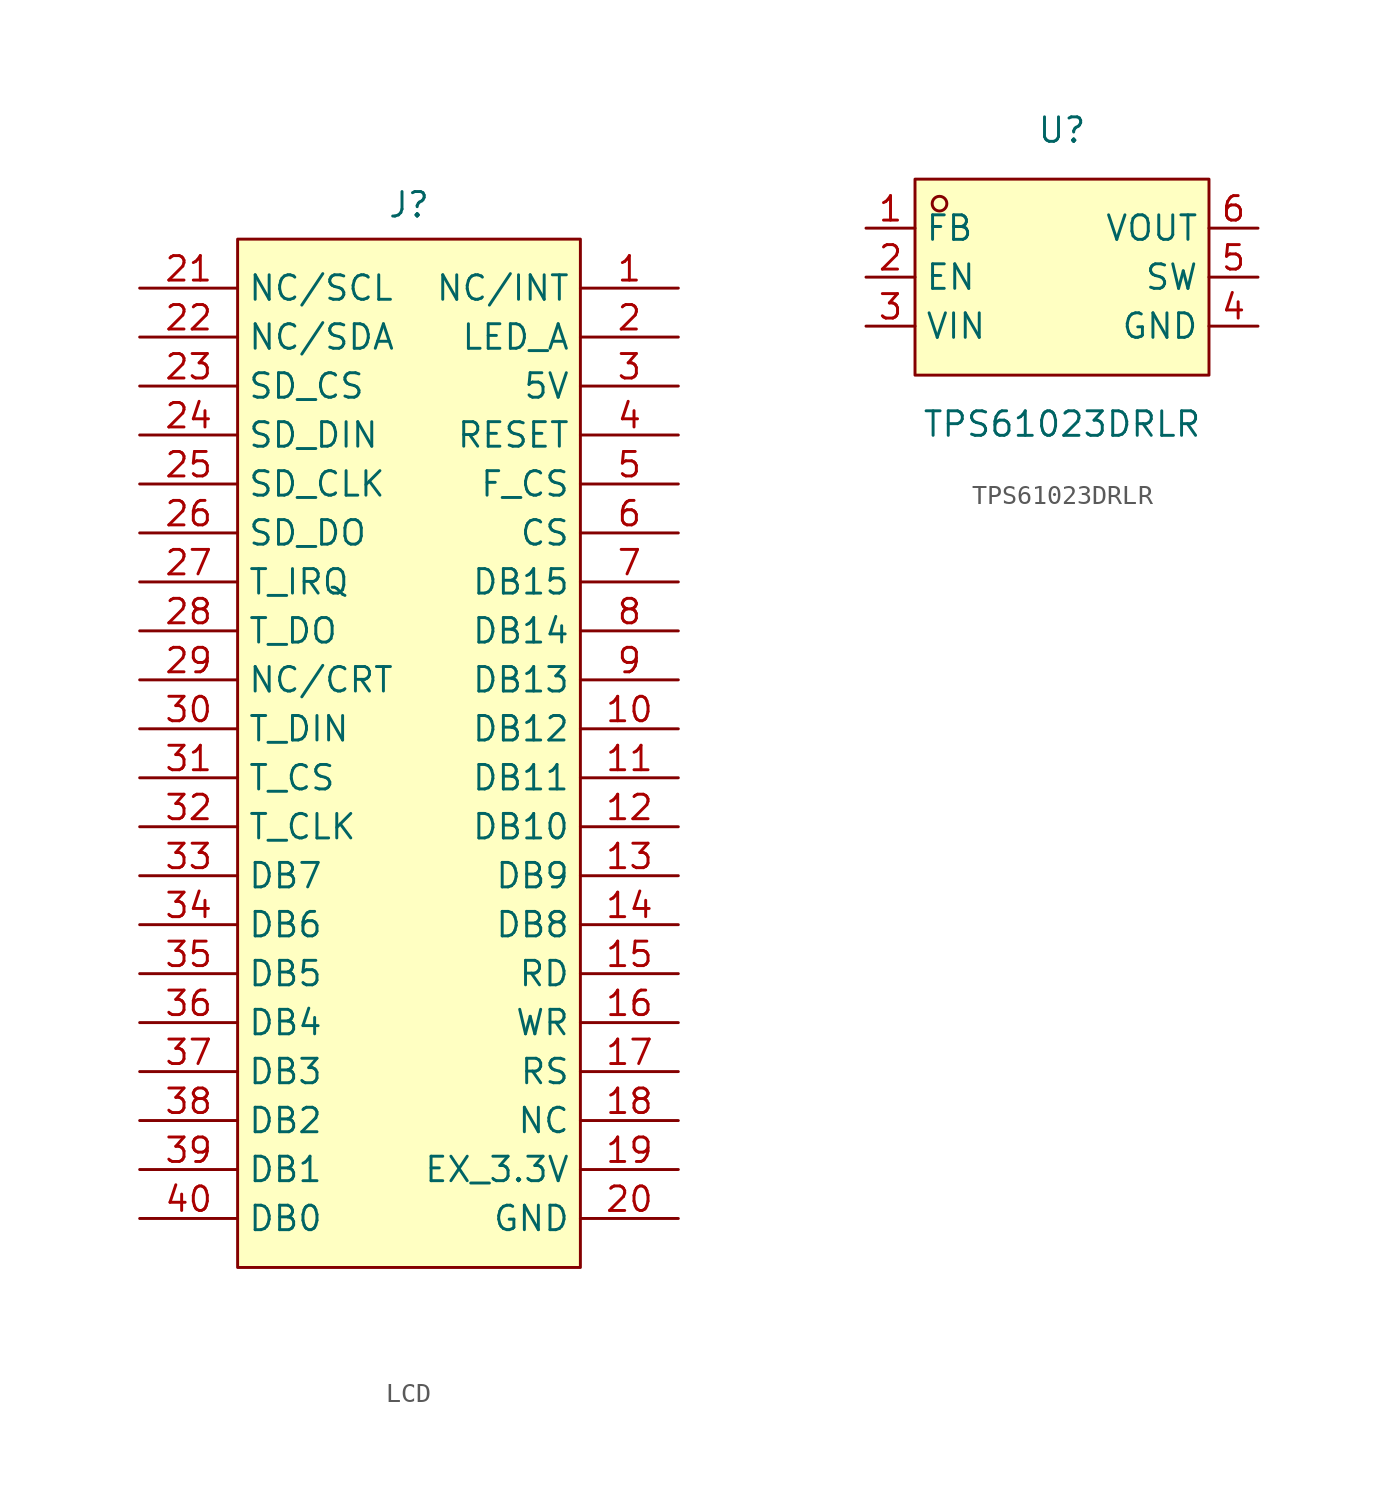
<source format=kicad_sym>
(kicad_symbol_lib
  (version 20241209)
  (generator "kicad_symbol_editor")
  (generator_version "9.0")
  (symbol "LCD"
    (property "Reference" "J"
      (at 0 28.448 0)
      (effects (font (size 1.27 1.27))))
    (property "Value" ""
      (at 0 1.27 0)
      (effects (font (size 1.27 1.27))))
    (symbol "LCD_1_1"
      (rectangle (start -8.89 26.67) (end 8.89 -26.67) (stroke (width 0) (type solid)) (fill (type background)))
      (pin passive line (at -13.97 24.13 0) (length 5.08) (name "NC/SCL" (effects (font (size 1.27 1.27)))) (number "21" (effects (font (size 1.27 1.27)))))
      (pin passive line (at -13.97 21.59 0) (length 5.08) (name "NC/SDA" (effects (font (size 1.27 1.27)))) (number "22" (effects (font (size 1.27 1.27)))))
      (pin passive line (at -13.97 19.05 0) (length 5.08) (name "SD_CS" (effects (font (size 1.27 1.27)))) (number "23" (effects (font (size 1.27 1.27)))))
      (pin passive line (at -13.97 16.51 0) (length 5.08) (name "SD_DIN" (effects (font (size 1.27 1.27)))) (number "24" (effects (font (size 1.27 1.27)))))
      (pin passive line (at -13.97 13.97 0) (length 5.08) (name "SD_CLK" (effects (font (size 1.27 1.27)))) (number "25" (effects (font (size 1.27 1.27)))))
      (pin passive line (at -13.97 11.43 0) (length 5.08) (name "SD_DO" (effects (font (size 1.27 1.27)))) (number "26" (effects (font (size 1.27 1.27)))))
      (pin passive line (at -13.97 8.89 0) (length 5.08) (name "T_IRQ" (effects (font (size 1.27 1.27)))) (number "27" (effects (font (size 1.27 1.27)))))
      (pin passive line (at -13.97 6.35 0) (length 5.08) (name "T_DO" (effects (font (size 1.27 1.27)))) (number "28" (effects (font (size 1.27 1.27)))))
      (pin passive line (at -13.97 3.81 0) (length 5.08) (name "NC/CRT" (effects (font (size 1.27 1.27)))) (number "29" (effects (font (size 1.27 1.27)))))
      (pin passive line (at -13.97 1.27 0) (length 5.08) (name "T_DIN" (effects (font (size 1.27 1.27)))) (number "30" (effects (font (size 1.27 1.27)))))
      (pin passive line (at -13.97 -1.27 0) (length 5.08) (name "T_CS" (effects (font (size 1.27 1.27)))) (number "31" (effects (font (size 1.27 1.27)))))
      (pin passive line (at -13.97 -3.81 0) (length 5.08) (name "T_CLK" (effects (font (size 1.27 1.27)))) (number "32" (effects (font (size 1.27 1.27)))))
      (pin passive line (at -13.97 -6.35 0) (length 5.08) (name "DB7" (effects (font (size 1.27 1.27)))) (number "33" (effects (font (size 1.27 1.27)))))
      (pin passive line (at -13.97 -8.89 0) (length 5.08) (name "DB6" (effects (font (size 1.27 1.27)))) (number "34" (effects (font (size 1.27 1.27)))))
      (pin passive line (at -13.97 -11.43 0) (length 5.08) (name "DB5" (effects (font (size 1.27 1.27)))) (number "35" (effects (font (size 1.27 1.27)))))
      (pin passive line (at -13.97 -13.97 0) (length 5.08) (name "DB4" (effects (font (size 1.27 1.27)))) (number "36" (effects (font (size 1.27 1.27)))))
      (pin passive line (at -13.97 -16.51 0) (length 5.08) (name "DB3" (effects (font (size 1.27 1.27)))) (number "37" (effects (font (size 1.27 1.27)))))
      (pin passive line (at -13.97 -19.05 0) (length 5.08) (name "DB2" (effects (font (size 1.27 1.27)))) (number "38" (effects (font (size 1.27 1.27)))))
      (pin passive line (at -13.97 -21.59 0) (length 5.08) (name "DB1" (effects (font (size 1.27 1.27)))) (number "39" (effects (font (size 1.27 1.27)))))
      (pin passive line (at -13.97 -24.13 0) (length 5.08) (name "DB0" (effects (font (size 1.27 1.27)))) (number "40" (effects (font (size 1.27 1.27)))))
      (pin passive line (at 13.97 24.13 180) (length 5.08) (name "NC/INT" (effects (font (size 1.27 1.27)))) (number "1" (effects (font (size 1.27 1.27)))))
      (pin passive line (at 13.97 21.59 180) (length 5.08) (name "LED_A" (effects (font (size 1.27 1.27)))) (number "2" (effects (font (size 1.27 1.27)))))
      (pin passive line (at 13.97 19.05 180) (length 5.08) (name "5V" (effects (font (size 1.27 1.27)))) (number "3" (effects (font (size 1.27 1.27)))))
      (pin passive line (at 13.97 16.51 180) (length 5.08) (name "RESET" (effects (font (size 1.27 1.27)))) (number "4" (effects (font (size 1.27 1.27)))))
      (pin passive line (at 13.97 13.97 180) (length 5.08) (name "F_CS" (effects (font (size 1.27 1.27)))) (number "5" (effects (font (size 1.27 1.27)))))
      (pin passive line (at 13.97 11.43 180) (length 5.08) (name "CS" (effects (font (size 1.27 1.27)))) (number "6" (effects (font (size 1.27 1.27)))))
      (pin passive line (at 13.97 8.89 180) (length 5.08) (name "DB15" (effects (font (size 1.27 1.27)))) (number "7" (effects (font (size 1.27 1.27)))))
      (pin passive line (at 13.97 6.35 180) (length 5.08) (name "DB14" (effects (font (size 1.27 1.27)))) (number "8" (effects (font (size 1.27 1.27)))))
      (pin passive line (at 13.97 3.81 180) (length 5.08) (name "DB13" (effects (font (size 1.27 1.27)))) (number "9" (effects (font (size 1.27 1.27)))))
      (pin passive line (at 13.97 1.27 180) (length 5.08) (name "DB12" (effects (font (size 1.27 1.27)))) (number "10" (effects (font (size 1.27 1.27)))))
      (pin passive line (at 13.97 -1.27 180) (length 5.08) (name "DB11" (effects (font (size 1.27 1.27)))) (number "11" (effects (font (size 1.27 1.27)))))
      (pin passive line (at 13.97 -3.81 180) (length 5.08) (name "DB10" (effects (font (size 1.27 1.27)))) (number "12" (effects (font (size 1.27 1.27)))))
      (pin passive line (at 13.97 -6.35 180) (length 5.08) (name "DB9" (effects (font (size 1.27 1.27)))) (number "13" (effects (font (size 1.27 1.27)))))
      (pin passive line (at 13.97 -8.89 180) (length 5.08) (name "DB8" (effects (font (size 1.27 1.27)))) (number "14" (effects (font (size 1.27 1.27)))))
      (pin passive line (at 13.97 -11.43 180) (length 5.08) (name "RD" (effects (font (size 1.27 1.27)))) (number "15" (effects (font (size 1.27 1.27)))))
      (pin passive line (at 13.97 -13.97 180) (length 5.08) (name "WR" (effects (font (size 1.27 1.27)))) (number "16" (effects (font (size 1.27 1.27)))))
      (pin passive line (at 13.97 -16.51 180) (length 5.08) (name "RS" (effects (font (size 1.27 1.27)))) (number "17" (effects (font (size 1.27 1.27)))))
      (pin passive line (at 13.97 -19.05 180) (length 5.08) (name "NC" (effects (font (size 1.27 1.27)))) (number "18" (effects (font (size 1.27 1.27)))))
      (pin passive line (at 13.97 -21.59 180) (length 5.08) (name "EX_3.3V" (effects (font (size 1.27 1.27)))) (number "19" (effects (font (size 1.27 1.27)))))
      (pin passive line (at 13.97 -24.13 180) (length 5.08) (name "GND" (effects (font (size 1.27 1.27)))) (number "20" (effects (font (size 1.27 1.27)))))))
  (symbol "TPS61023DRLR"
    (property "Reference" "U"
      (at 0 7.62 0)
      (effects (font (size 1.27 1.27))))
    (property "Value" "TPS61023DRLR"
      (at 0 -7.62 0)
      (effects (font (size 1.27 1.27))))
    (symbol "TPS61023DRLR_0_1"
      (rectangle (start -7.62 5.08) (end 7.62 -5.08) (stroke (width 0) (type default)) (fill (type background)))
      (circle (center -6.35 3.81) (radius 0.38) (stroke (width 0) (type default)) (fill (type none)))
      (pin unspecified line (at -10.16 2.54 0) (length 2.54) (name "FB" (effects (font (size 1.27 1.27)))) (number "1" (effects (font (size 1.27 1.27)))))
      (pin unspecified line (at -10.16 0 0) (length 2.54) (name "EN" (effects (font (size 1.27 1.27)))) (number "2" (effects (font (size 1.27 1.27)))))
      (pin unspecified line (at -10.16 -2.54 0) (length 2.54) (name "VIN" (effects (font (size 1.27 1.27)))) (number "3" (effects (font (size 1.27 1.27)))))
      (pin unspecified line (at 10.16 2.54 180) (length 2.54) (name "VOUT" (effects (font (size 1.27 1.27)))) (number "6" (effects (font (size 1.27 1.27)))))
      (pin unspecified line (at 10.16 0 180) (length 2.54) (name "SW" (effects (font (size 1.27 1.27)))) (number "5" (effects (font (size 1.27 1.27)))))
      (pin unspecified line (at 10.16 -2.54 180) (length 2.54) (name "GND" (effects (font (size 1.27 1.27)))) (number "4" (effects (font (size 1.27 1.27))))))))
</source>
